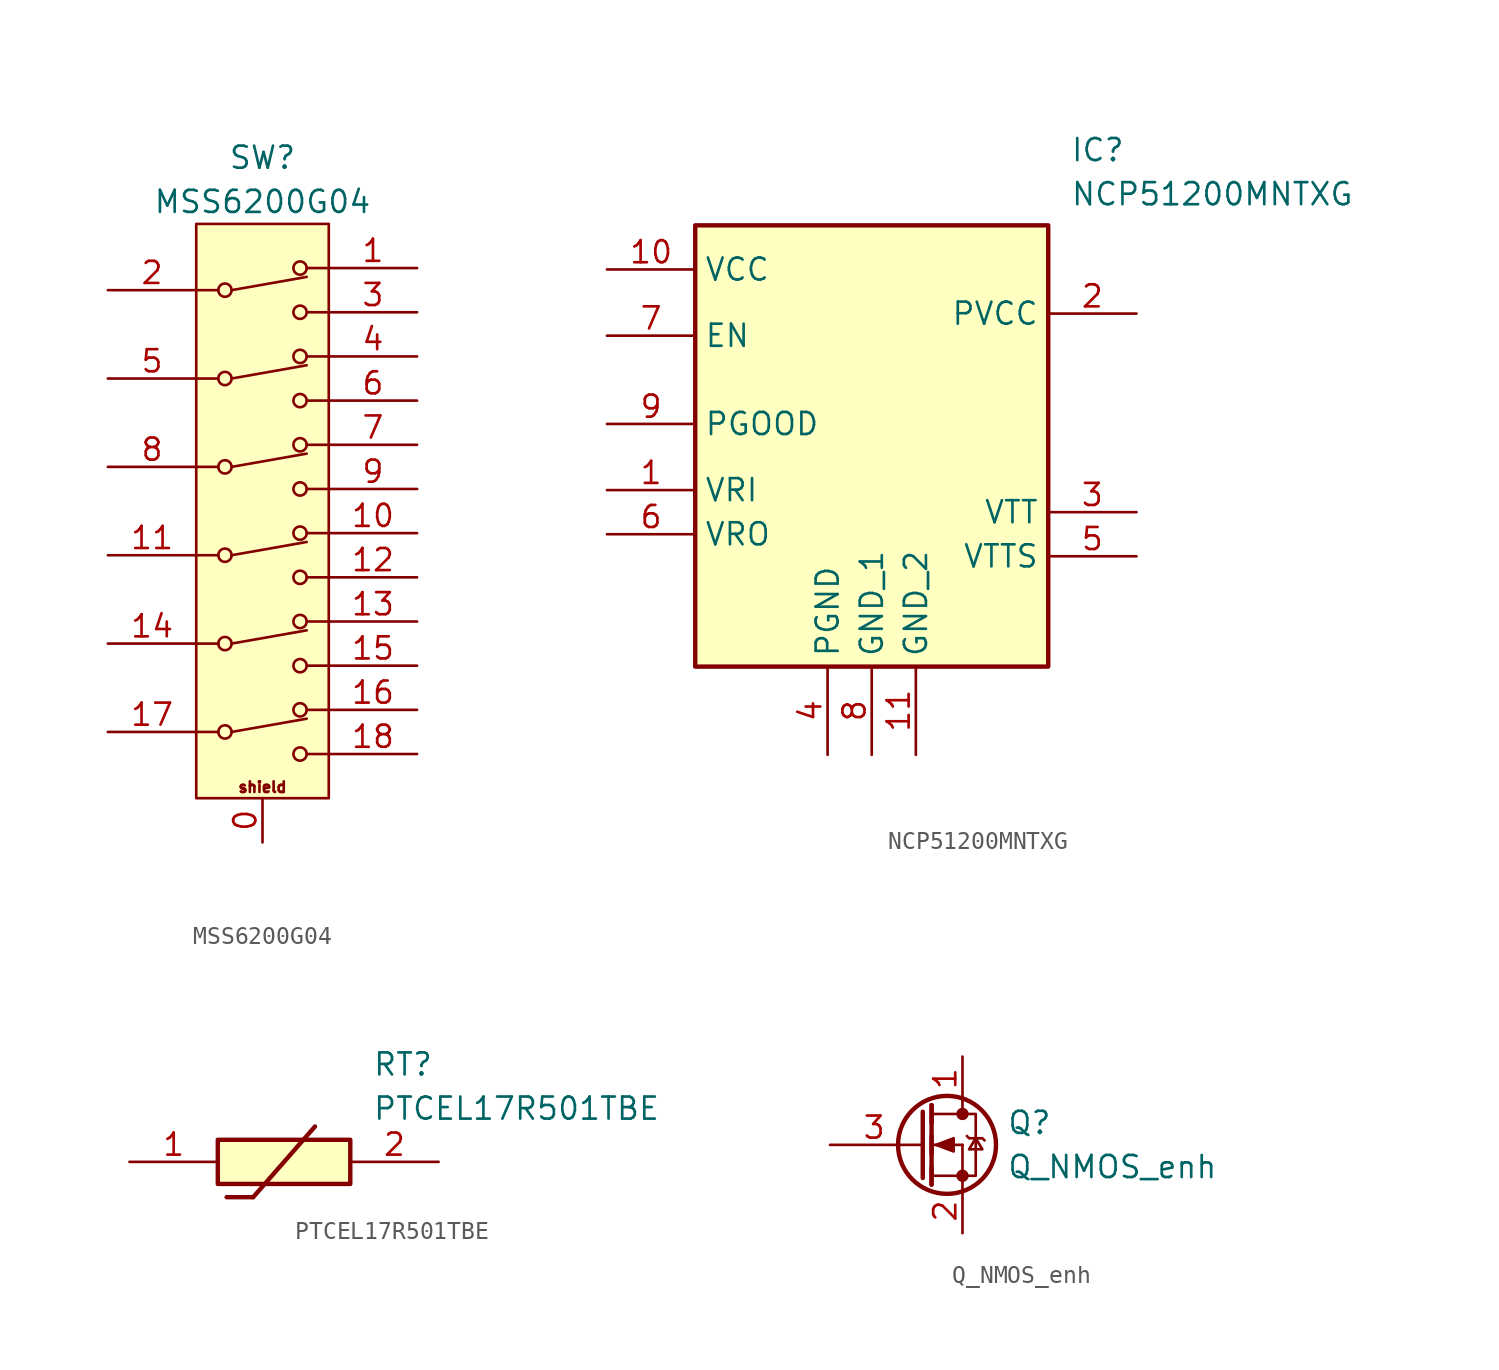
<source format=kicad_sym>
(kicad_symbol_lib
  (version 20241209)
  (generator "kicad_symbol_editor")
  (generator_version "9.0")
  (symbol "MSS6200G04"
    (pin_names
      (offset 0)
      (hide yes))
    (property "Reference" "SW"
      (at 0 20.32 0)
      (effects (font (size 1.27 1.27))))
    (property "Value" "MSS6200G04"
      (at 0 17.78 0)
      (effects (font (size 1.27 1.27))))
    (symbol "MSS6200G04_0_0"
      (polyline (pts (xy -3.81 -2.54) (xy -2.54 -2.54)) (stroke (width 0) (type solid)) (fill (type none)))
      (polyline (pts (xy -2.54 -12.7) (xy -3.81 -12.7)) (stroke (width 0) (type solid)) (fill (type none)))
      (polyline (pts (xy 2.54 13.97) (xy 3.81 13.97)) (stroke (width 0) (type solid)) (fill (type none)))
      (text "shield" (at 0 -15.875 0) (effects (font (size 0.61 0.61)))))
    (symbol "MSS6200G04_0_1"
      (rectangle (start -3.81 16.51) (end 3.81 -16.51) (stroke (width 0) (type solid)) (fill (type background)))
      (circle (center -2.159 12.7) (radius 0.381) (stroke (width 0) (type solid)) (fill (type none)))
      (polyline (pts (xy -1.778 12.7) (xy 2.54 13.462)) (stroke (width 0) (type solid)) (fill (type none)))
      (circle (center 2.159 13.97) (radius 0.381) (stroke (width 0) (type solid)) (fill (type none)))
      (circle (center 2.159 11.43) (radius 0.381) (stroke (width 0) (type solid)) (fill (type none))))
    (symbol "MSS6200G04_1_1"
      (polyline (pts (xy -3.81 12.7) (xy -2.54 12.7)) (stroke (width 0) (type solid)) (fill (type none)))
      (polyline (pts (xy -3.81 7.62) (xy -2.54 7.62)) (stroke (width 0) (type solid)) (fill (type none)))
      (polyline (pts (xy -3.81 2.54) (xy -2.54 2.54)) (stroke (width 0) (type solid)) (fill (type none)))
      (polyline (pts (xy -3.81 -7.62) (xy -2.54 -7.62)) (stroke (width 0) (type solid)) (fill (type none)))
      (circle (center -2.159 7.62) (radius 0.381) (stroke (width 0) (type solid)) (fill (type none)))
      (circle (center -2.159 2.54) (radius 0.381) (stroke (width 0) (type solid)) (fill (type none)))
      (circle (center -2.159 -2.54) (radius 0.381) (stroke (width 0) (type solid)) (fill (type none)))
      (circle (center -2.159 -7.62) (radius 0.381) (stroke (width 0) (type solid)) (fill (type none)))
      (circle (center -2.159 -12.7) (radius 0.381) (stroke (width 0) (type solid)) (fill (type none)))
      (polyline (pts (xy -1.778 7.62) (xy 2.54 8.382)) (stroke (width 0) (type solid)) (fill (type none)))
      (polyline (pts (xy -1.778 2.54) (xy 2.54 3.302)) (stroke (width 0) (type solid)) (fill (type none)))
      (polyline (pts (xy -1.778 -2.54) (xy 2.54 -1.778)) (stroke (width 0) (type solid)) (fill (type none)))
      (polyline (pts (xy -1.778 -7.62) (xy 2.54 -6.858)) (stroke (width 0) (type solid)) (fill (type none)))
      (polyline (pts (xy -1.778 -12.7) (xy 2.54 -11.938)) (stroke (width 0) (type solid)) (fill (type none)))
      (circle (center 2.159 8.89) (radius 0.381) (stroke (width 0) (type solid)) (fill (type none)))
      (circle (center 2.159 6.35) (radius 0.381) (stroke (width 0) (type solid)) (fill (type none)))
      (circle (center 2.159 3.81) (radius 0.381) (stroke (width 0) (type solid)) (fill (type none)))
      (circle (center 2.159 1.27) (radius 0.381) (stroke (width 0) (type solid)) (fill (type none)))
      (circle (center 2.159 -1.27) (radius 0.381) (stroke (width 0) (type solid)) (fill (type none)))
      (circle (center 2.159 -3.81) (radius 0.381) (stroke (width 0) (type solid)) (fill (type none)))
      (circle (center 2.159 -6.35) (radius 0.381) (stroke (width 0) (type solid)) (fill (type none)))
      (circle (center 2.159 -8.89) (radius 0.381) (stroke (width 0) (type solid)) (fill (type none)))
      (circle (center 2.159 -11.43) (radius 0.381) (stroke (width 0) (type solid)) (fill (type none)))
      (circle (center 2.159 -13.97) (radius 0.381) (stroke (width 0) (type solid)) (fill (type none)))
      (polyline (pts (xy 2.54 11.43) (xy 3.81 11.43)) (stroke (width 0) (type solid)) (fill (type none)))
      (polyline (pts (xy 2.54 8.89) (xy 3.81 8.89)) (stroke (width 0) (type solid)) (fill (type none)))
      (polyline (pts (xy 2.54 6.35) (xy 3.81 6.35)) (stroke (width 0) (type solid)) (fill (type none)))
      (polyline (pts (xy 2.54 3.81) (xy 3.81 3.81)) (stroke (width 0) (type solid)) (fill (type none)))
      (polyline (pts (xy 2.54 1.27) (xy 3.81 1.27)) (stroke (width 0) (type solid)) (fill (type none)))
      (polyline (pts (xy 2.54 -1.27) (xy 3.81 -1.27)) (stroke (width 0) (type solid)) (fill (type none)))
      (polyline (pts (xy 2.54 -3.81) (xy 3.81 -3.81)) (stroke (width 0) (type solid)) (fill (type none)))
      (polyline (pts (xy 2.54 -6.35) (xy 3.81 -6.35)) (stroke (width 0) (type solid)) (fill (type none)))
      (polyline (pts (xy 2.54 -8.89) (xy 3.81 -8.89)) (stroke (width 0) (type solid)) (fill (type none)))
      (polyline (pts (xy 2.54 -11.43) (xy 3.81 -11.43)) (stroke (width 0) (type solid)) (fill (type none)))
      (polyline (pts (xy 2.54 -13.97) (xy 3.81 -13.97)) (stroke (width 0) (type solid)) (fill (type none)))
      (pin input line (at -8.89 12.7 0) (length 5.08) (name "2" (effects (font (size 1.27 1.27)))) (number "2" (effects (font (size 1.27 1.27)))))
      (pin input line (at -8.89 7.62 0) (length 5.08) (name "5" (effects (font (size 1.27 1.27)))) (number "5" (effects (font (size 1.27 1.27)))))
      (pin input line (at -8.89 2.54 0) (length 5.08) (name "8" (effects (font (size 1.27 1.27)))) (number "8" (effects (font (size 1.27 1.27)))))
      (pin input line (at -8.89 -2.54 0) (length 5.08) (name "11" (effects (font (size 1.27 1.27)))) (number "11" (effects (font (size 1.27 1.27)))))
      (pin input line (at -8.89 -7.62 0) (length 5.08) (name "14" (effects (font (size 1.27 1.27)))) (number "14" (effects (font (size 1.27 1.27)))))
      (pin input line (at -8.89 -12.7 0) (length 5.08) (name "17" (effects (font (size 1.27 1.27)))) (number "17" (effects (font (size 1.27 1.27)))))
      (pin input line (at 0 -19.05 90) (length 2.54) (name "GND" (effects (font (size 1.27 1.27)))) (number "0" (effects (font (size 1.27 1.27)))))
      (pin input line (at 8.89 13.97 180) (length 5.08) (name "1" (effects (font (size 1.27 1.27)))) (number "1" (effects (font (size 1.27 1.27)))))
      (pin input line (at 8.89 11.43 180) (length 5.08) (name "3" (effects (font (size 1.27 1.27)))) (number "3" (effects (font (size 1.27 1.27)))))
      (pin input line (at 8.89 8.89 180) (length 5.08) (name "4" (effects (font (size 1.27 1.27)))) (number "4" (effects (font (size 1.27 1.27)))))
      (pin input line (at 8.89 6.35 180) (length 5.08) (name "6" (effects (font (size 1.27 1.27)))) (number "6" (effects (font (size 1.27 1.27)))))
      (pin input line (at 8.89 3.81 180) (length 5.08) (name "7" (effects (font (size 1.27 1.27)))) (number "7" (effects (font (size 1.27 1.27)))))
      (pin input line (at 8.89 1.27 180) (length 5.08) (name "9" (effects (font (size 1.27 1.27)))) (number "9" (effects (font (size 1.27 1.27)))))
      (pin input line (at 8.89 -1.27 180) (length 5.08) (name "10" (effects (font (size 1.27 1.27)))) (number "10" (effects (font (size 1.27 1.27)))))
      (pin input line (at 8.89 -3.81 180) (length 5.08) (name "12" (effects (font (size 1.27 1.27)))) (number "12" (effects (font (size 1.27 1.27)))))
      (pin input line (at 8.89 -6.35 180) (length 5.08) (name "13" (effects (font (size 1.27 1.27)))) (number "13" (effects (font (size 1.27 1.27)))))
      (pin input line (at 8.89 -8.89 180) (length 5.08) (name "15" (effects (font (size 1.27 1.27)))) (number "15" (effects (font (size 1.27 1.27)))))
      (pin input line (at 8.89 -11.43 180) (length 5.08) (name "16" (effects (font (size 1.27 1.27)))) (number "16" (effects (font (size 1.27 1.27)))))
      (pin input line (at 8.89 -13.97 180) (length 5.08) (name "18" (effects (font (size 1.27 1.27)))) (number "18" (effects (font (size 1.27 1.27)))))))
  (symbol "NCP51200MNTXG"
    (property "Reference" "IC"
      (at 26.67 7.62 0)
      (effects (font (size 1.27 1.27)) (justify left top)))
    (property "Value" "NCP51200MNTXG"
      (at 26.67 5.08 0)
      (effects (font (size 1.27 1.27)) (justify left top)))
    (symbol "NCP51200MNTXG_1_1"
      (rectangle (start 5.08 2.54) (end 25.4 -22.86) (stroke (width 0.254) (type default)) (fill (type background)))
      (pin passive line (at 0 0 0) (length 5.08) (name "VCC" (effects (font (size 1.27 1.27)))) (number "10" (effects (font (size 1.27 1.27)))))
      (pin passive line (at 0 -3.81 0) (length 5.08) (name "EN" (effects (font (size 1.27 1.27)))) (number "7" (effects (font (size 1.27 1.27)))))
      (pin passive line (at 0 -8.89 0) (length 5.08) (name "PGOOD" (effects (font (size 1.27 1.27)))) (number "9" (effects (font (size 1.27 1.27)))))
      (pin passive line (at 0 -12.7 0) (length 5.08) (name "VRI" (effects (font (size 1.27 1.27)))) (number "1" (effects (font (size 1.27 1.27)))))
      (pin passive line (at 0 -15.24 0) (length 5.08) (name "VRO" (effects (font (size 1.27 1.27)))) (number "6" (effects (font (size 1.27 1.27)))))
      (pin passive line (at 12.7 -27.94 90) (length 5.08) (name "PGND" (effects (font (size 1.27 1.27)))) (number "4" (effects (font (size 1.27 1.27)))))
      (pin passive line (at 15.24 -27.94 90) (length 5.08) (name "GND_1" (effects (font (size 1.27 1.27)))) (number "8" (effects (font (size 1.27 1.27)))))
      (pin passive line (at 17.78 -27.94 90) (length 5.08) (name "GND_2" (effects (font (size 1.27 1.27)))) (number "11" (effects (font (size 1.27 1.27)))))
      (pin passive line (at 30.48 -2.54 180) (length 5.08) (name "PVCC" (effects (font (size 1.27 1.27)))) (number "2" (effects (font (size 1.27 1.27)))))
      (pin passive line (at 30.48 -13.97 180) (length 5.08) (name "VTT" (effects (font (size 1.27 1.27)))) (number "3" (effects (font (size 1.27 1.27)))))
      (pin passive line (at 30.48 -16.51 180) (length 5.08) (name "VTTS" (effects (font (size 1.27 1.27)))) (number "5" (effects (font (size 1.27 1.27)))))))
  (symbol "PTCEL17R501TBE"
    (pin_names
      (hide yes))
    (property "Reference" "RT"
      (at 13.97 6.35 0)
      (effects (font (size 1.27 1.27)) (justify left top)))
    (property "Value" "PTCEL17R501TBE"
      (at 13.97 3.81 0)
      (effects (font (size 1.27 1.27)) (justify left top)))
    (symbol "PTCEL17R501TBE_1_1"
      (rectangle (start 5.08 1.27) (end 12.7 -1.27) (stroke (width 0.254) (type default)) (fill (type background)))
      (polyline (pts (xy 5.588 -2.032) (xy 7.112 -2.032)) (stroke (width 0.254) (type default)) (fill (type none)))
      (polyline (pts (xy 10.668 2.032) (xy 7.112 -2.032)) (stroke (width 0.254) (type default)) (fill (type none)))
      (pin passive line (at 0 0 0) (length 5.08) (name "1" (effects (font (size 1.27 1.27)))) (number "1" (effects (font (size 1.27 1.27)))))
      (pin passive line (at 17.78 0 180) (length 5.08) (name "2" (effects (font (size 1.27 1.27)))) (number "2" (effects (font (size 1.27 1.27)))))))
  (symbol "Q_NMOS_enh"
    (pin_names
      (offset 0)
      (hide yes))
    (property "Reference" "Q"
      (at 5.08 1.27 0)
      (effects (font (size 1.27 1.27)) (justify left)))
    (property "Value" "Q_NMOS_enh"
      (at 5.08 -1.27 0)
      (effects (font (size 1.27 1.27)) (justify left)))
    (symbol "Q_NMOS_enh_0_1"
      (polyline (pts (xy 0.051 0) (xy 0.254 0)) (stroke (width 0) (type solid)) (fill (type none)))
      (polyline (pts (xy 0.254 1.905) (xy 0.254 -1.905) (xy 0.254 -1.905)) (stroke (width 0.254) (type solid)) (fill (type none)))
      (polyline (pts (xy 0.762 2.286) (xy 0.762 1.27)) (stroke (width 0.254) (type solid)) (fill (type none)))
      (polyline (pts (xy 0.762 1.778) (xy 2.54 1.778)) (stroke (width 0) (type solid)) (fill (type none)))
      (polyline (pts (xy 0.762 0.508) (xy 0.762 -0.508)) (stroke (width 0.254) (type solid)) (fill (type none)))
      (polyline (pts (xy 0.762 0) (xy 2.54 0)) (stroke (width 0) (type solid)) (fill (type none)))
      (polyline (pts (xy 0.762 -1.27) (xy 0.762 -2.286)) (stroke (width 0.254) (type solid)) (fill (type none)))
      (polyline (pts (xy 0.762 -1.778) (xy 2.54 -1.778)) (stroke (width 0) (type solid)) (fill (type none)))
      (polyline (pts (xy 0.762 -2.286) (xy 0.762 2.286)) (stroke (width 0.254) (type solid)) (fill (type none)))
      (polyline (pts (xy 1.016 0) (xy 2.032 0.381) (xy 2.032 -0.381) (xy 1.016 0)) (stroke (width 0) (type solid)) (fill (type outline)))
      (circle (center 1.651 0) (radius 2.819) (stroke (width 0.254) (type solid)) (fill (type none)))
      (polyline (pts (xy 2.54 2.54) (xy 2.54 1.778)) (stroke (width 0) (type solid)) (fill (type none)))
      (circle (center 2.54 1.778) (radius 0.279) (stroke (width 0) (type solid)) (fill (type outline)))
      (polyline (pts (xy 2.54 -1.778) (xy 2.54 0)) (stroke (width 0) (type solid)) (fill (type none)))
      (polyline (pts (xy 2.54 -1.778) (xy 2.54 -2.54)) (stroke (width 0) (type solid)) (fill (type none)))
      (polyline (pts (xy 2.54 -1.778) (xy 3.302 -1.778) (xy 3.302 1.778) (xy 2.54 1.778)) (stroke (width 0) (type solid)) (fill (type none)))
      (circle (center 2.54 -1.778) (radius 0.279) (stroke (width 0) (type solid)) (fill (type outline)))
      (polyline (pts (xy 2.794 0.508) (xy 2.921 0.381) (xy 3.683 0.381) (xy 3.81 0.254)) (stroke (width 0) (type solid)) (fill (type none)))
      (polyline (pts (xy 3.302 0.381) (xy 2.921 -0.254) (xy 3.683 -0.254) (xy 3.302 0.381)) (stroke (width 0) (type solid)) (fill (type none))))
    (symbol "Q_NMOS_enh_1_1"
      (pin input line (at -5.08 0 0) (length 5.08) (name "G" (effects (font (size 1.27 1.27)))) (number "3" (effects (font (size 1.27 1.27)))))
      (pin passive line (at 2.54 5.08 270) (length 2.54) (name "D" (effects (font (size 1.27 1.27)))) (number "1" (effects (font (size 1.27 1.27)))))
      (pin passive line (at 2.54 -5.08 90) (length 2.54) (name "S" (effects (font (size 1.27 1.27)))) (number "2" (effects (font (size 1.27 1.27))))))))
</source>
